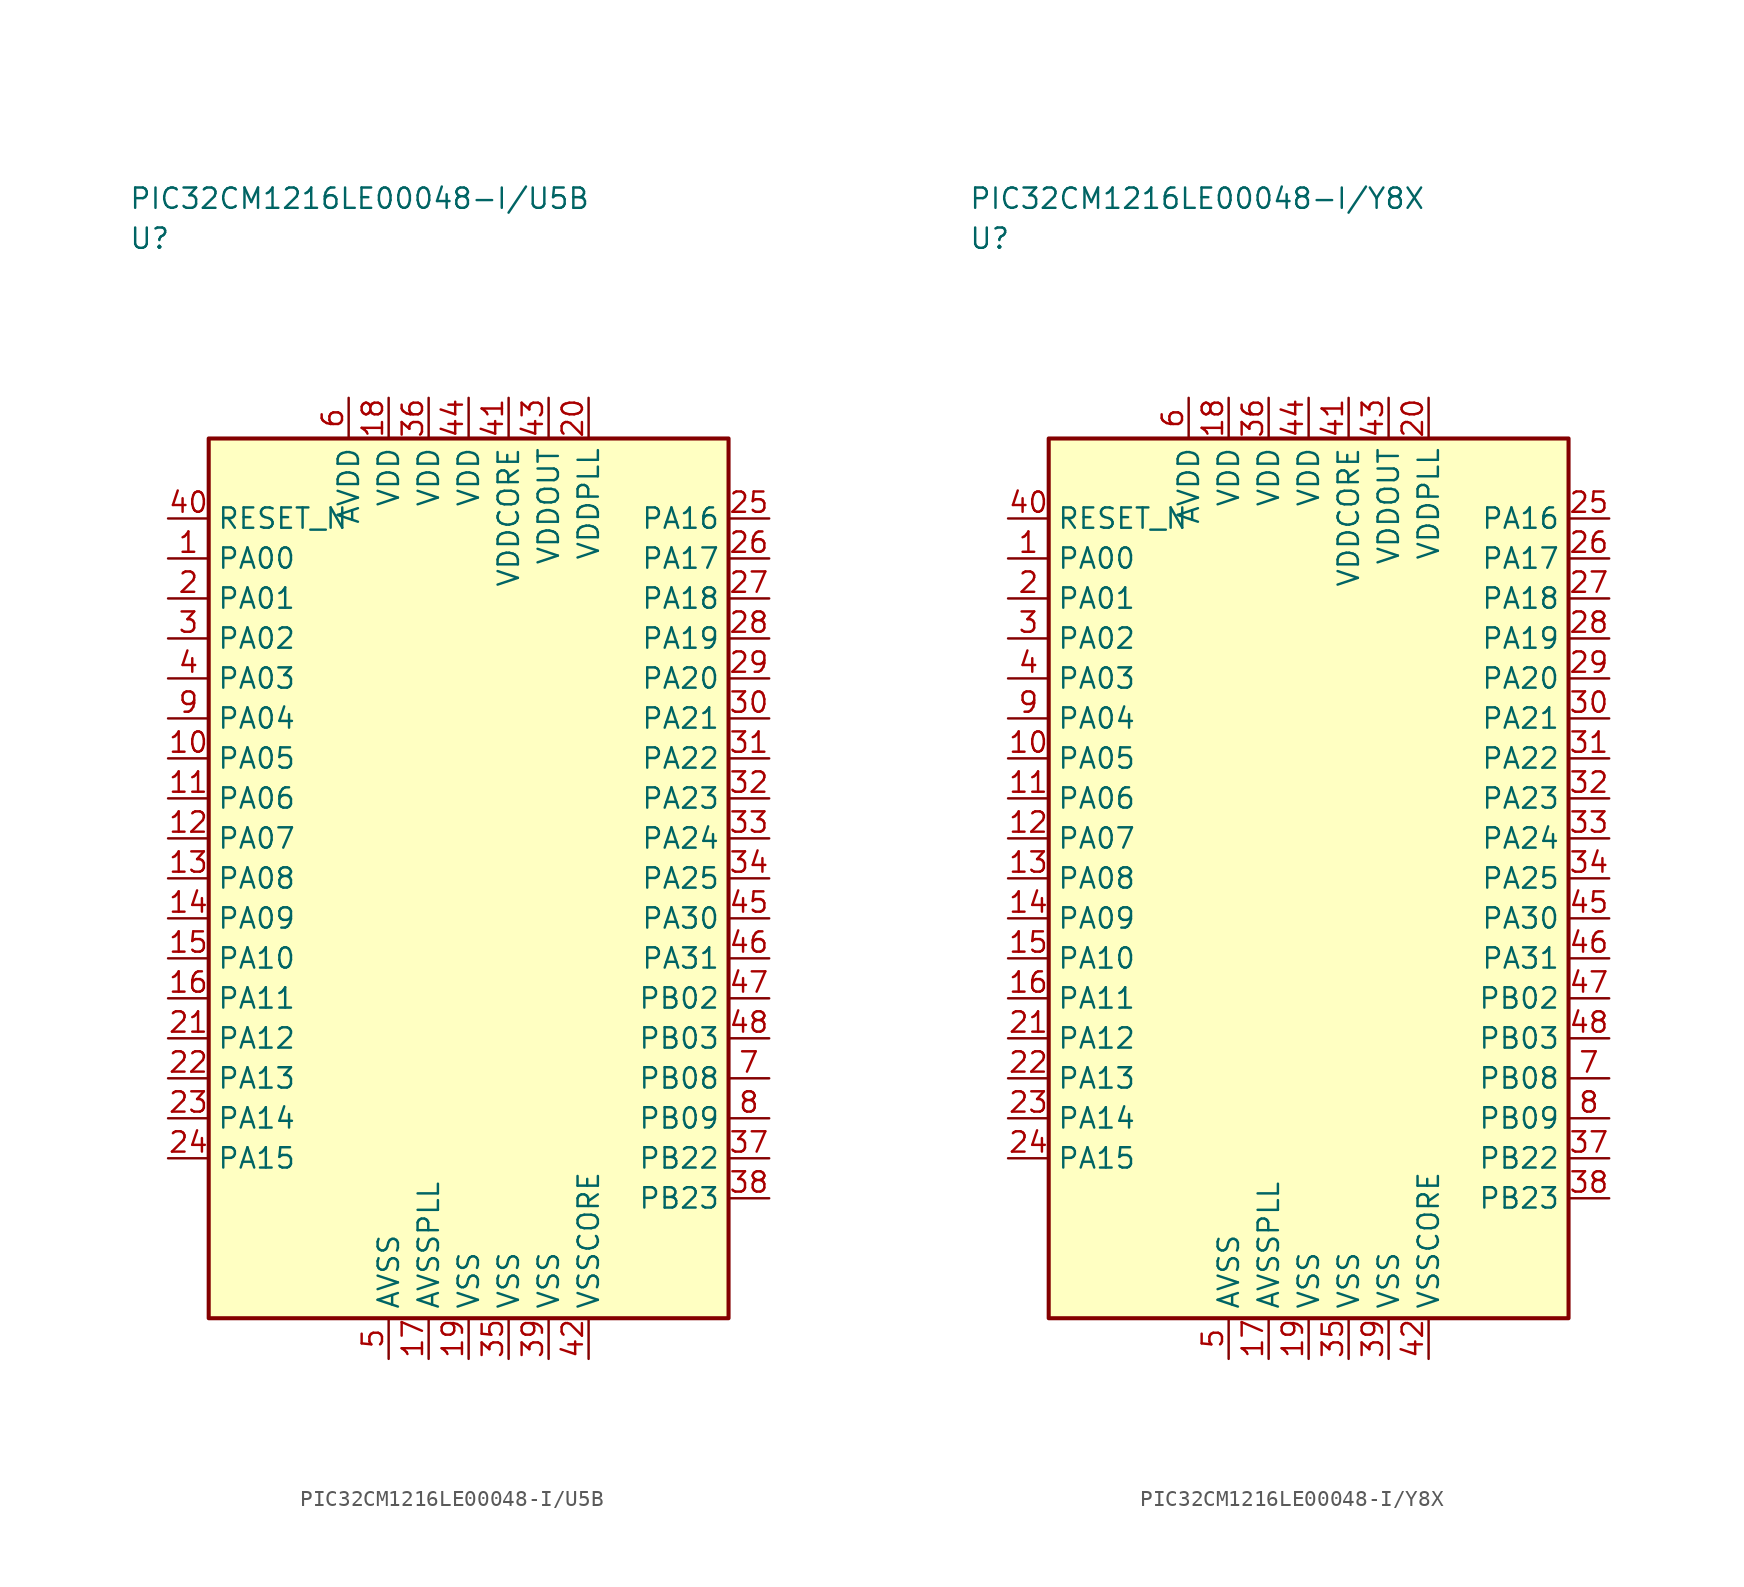
<source format=kicad_sym>
(kicad_symbol_lib
  (version 20241025)
  (generator "kicad_symbol_editor")
  (generator_version "8.0")
  (symbol "PIC32CM1216LE00048-I/U5B"
    (property "Reference" "U"
      (at -21.25 40.0 0)
      (effects (font (size 1.27 1.27)) (justify left)))
    (property "Value" "PIC32CM1216LE00048-I/U5B"
      (at -21.25 42.5 0)
      (effects (font (size 1.27 1.27)) (justify left)))
    (symbol "PIC32CM1216LE00048-I/U5B_0_1"
      (rectangle (start -16.25 27.5) (end 16.25 -27.5) (stroke (width 0.254) (type default)) (fill (type background))))
    (symbol "PIC32CM1216LE00048-I/U5B_1_1"
      (pin bidirectional line (at -18.79 20.0 0.0) (length 2.54) (name "PA00" (effects (font (size 1.27 1.27)))) (number "1" (effects (font (size 1.27 1.27)))))
      (pin bidirectional line (at -18.79 17.5 0.0) (length 2.54) (name "PA01" (effects (font (size 1.27 1.27)))) (number "2" (effects (font (size 1.27 1.27)))))
      (pin bidirectional line (at -18.79 15.0 0.0) (length 2.54) (name "PA02" (effects (font (size 1.27 1.27)))) (number "3" (effects (font (size 1.27 1.27)))))
      (pin bidirectional line (at -18.79 12.5 0.0) (length 2.54) (name "PA03" (effects (font (size 1.27 1.27)))) (number "4" (effects (font (size 1.27 1.27)))))
      (pin passive line (at -5.0 -30.04 90.0) (length 2.54) (name "AVSS" (effects (font (size 1.27 1.27)))) (number "5" (effects (font (size 1.27 1.27)))))
      (pin power_in line (at -7.5 30.04 270.0) (length 2.54) (name "AVDD" (effects (font (size 1.27 1.27)))) (number "6" (effects (font (size 1.27 1.27)))))
      (pin bidirectional line (at 18.79 -12.5 180.0) (length 2.54) (name "PB08" (effects (font (size 1.27 1.27)))) (number "7" (effects (font (size 1.27 1.27)))))
      (pin bidirectional line (at 18.79 -15.0 180.0) (length 2.54) (name "PB09" (effects (font (size 1.27 1.27)))) (number "8" (effects (font (size 1.27 1.27)))))
      (pin bidirectional line (at -18.79 10.0 0.0) (length 2.54) (name "PA04" (effects (font (size 1.27 1.27)))) (number "9" (effects (font (size 1.27 1.27)))))
      (pin bidirectional line (at -18.79 7.5 0.0) (length 2.54) (name "PA05" (effects (font (size 1.27 1.27)))) (number "10" (effects (font (size 1.27 1.27)))))
      (pin bidirectional line (at -18.79 5.0 0.0) (length 2.54) (name "PA06" (effects (font (size 1.27 1.27)))) (number "11" (effects (font (size 1.27 1.27)))))
      (pin bidirectional line (at -18.79 2.5 0.0) (length 2.54) (name "PA07" (effects (font (size 1.27 1.27)))) (number "12" (effects (font (size 1.27 1.27)))))
      (pin bidirectional line (at -18.79 0.0 0.0) (length 2.54) (name "PA08" (effects (font (size 1.27 1.27)))) (number "13" (effects (font (size 1.27 1.27)))))
      (pin bidirectional line (at -18.79 -2.5 0.0) (length 2.54) (name "PA09" (effects (font (size 1.27 1.27)))) (number "14" (effects (font (size 1.27 1.27)))))
      (pin bidirectional line (at -18.79 -5.0 0.0) (length 2.54) (name "PA10" (effects (font (size 1.27 1.27)))) (number "15" (effects (font (size 1.27 1.27)))))
      (pin bidirectional line (at -18.79 -7.5 0.0) (length 2.54) (name "PA11" (effects (font (size 1.27 1.27)))) (number "16" (effects (font (size 1.27 1.27)))))
      (pin passive line (at -2.5 -30.04 90.0) (length 2.54) (name "AVSSPLL" (effects (font (size 1.27 1.27)))) (number "17" (effects (font (size 1.27 1.27)))))
      (pin power_in line (at -5.0 30.04 270.0) (length 2.54) (name "VDD" (effects (font (size 1.27 1.27)))) (number "18" (effects (font (size 1.27 1.27)))))
      (pin passive line (at 0.0 -30.04 90.0) (length 2.54) (name "VSS" (effects (font (size 1.27 1.27)))) (number "19" (effects (font (size 1.27 1.27)))))
      (pin power_in line (at 7.5 30.04 270.0) (length 2.54) (name "VDDPLL" (effects (font (size 1.27 1.27)))) (number "20" (effects (font (size 1.27 1.27)))))
      (pin bidirectional line (at -18.79 -10.0 0.0) (length 2.54) (name "PA12" (effects (font (size 1.27 1.27)))) (number "21" (effects (font (size 1.27 1.27)))))
      (pin bidirectional line (at -18.79 -12.5 0.0) (length 2.54) (name "PA13" (effects (font (size 1.27 1.27)))) (number "22" (effects (font (size 1.27 1.27)))))
      (pin bidirectional line (at -18.79 -15.0 0.0) (length 2.54) (name "PA14" (effects (font (size 1.27 1.27)))) (number "23" (effects (font (size 1.27 1.27)))))
      (pin bidirectional line (at -18.79 -17.5 0.0) (length 2.54) (name "PA15" (effects (font (size 1.27 1.27)))) (number "24" (effects (font (size 1.27 1.27)))))
      (pin bidirectional line (at 18.79 22.5 180.0) (length 2.54) (name "PA16" (effects (font (size 1.27 1.27)))) (number "25" (effects (font (size 1.27 1.27)))))
      (pin bidirectional line (at 18.79 20.0 180.0) (length 2.54) (name "PA17" (effects (font (size 1.27 1.27)))) (number "26" (effects (font (size 1.27 1.27)))))
      (pin bidirectional line (at 18.79 17.5 180.0) (length 2.54) (name "PA18" (effects (font (size 1.27 1.27)))) (number "27" (effects (font (size 1.27 1.27)))))
      (pin bidirectional line (at 18.79 15.0 180.0) (length 2.54) (name "PA19" (effects (font (size 1.27 1.27)))) (number "28" (effects (font (size 1.27 1.27)))))
      (pin bidirectional line (at 18.79 12.5 180.0) (length 2.54) (name "PA20" (effects (font (size 1.27 1.27)))) (number "29" (effects (font (size 1.27 1.27)))))
      (pin bidirectional line (at 18.79 10.0 180.0) (length 2.54) (name "PA21" (effects (font (size 1.27 1.27)))) (number "30" (effects (font (size 1.27 1.27)))))
      (pin bidirectional line (at 18.79 7.5 180.0) (length 2.54) (name "PA22" (effects (font (size 1.27 1.27)))) (number "31" (effects (font (size 1.27 1.27)))))
      (pin bidirectional line (at 18.79 5.0 180.0) (length 2.54) (name "PA23" (effects (font (size 1.27 1.27)))) (number "32" (effects (font (size 1.27 1.27)))))
      (pin bidirectional line (at 18.79 2.5 180.0) (length 2.54) (name "PA24" (effects (font (size 1.27 1.27)))) (number "33" (effects (font (size 1.27 1.27)))))
      (pin bidirectional line (at 18.79 0.0 180.0) (length 2.54) (name "PA25" (effects (font (size 1.27 1.27)))) (number "34" (effects (font (size 1.27 1.27)))))
      (pin passive line (at 2.5 -30.04 90.0) (length 2.54) (name "VSS" (effects (font (size 1.27 1.27)))) (number "35" (effects (font (size 1.27 1.27)))))
      (pin power_in line (at -2.5 30.04 270.0) (length 2.54) (name "VDD" (effects (font (size 1.27 1.27)))) (number "36" (effects (font (size 1.27 1.27)))))
      (pin bidirectional line (at 18.79 -17.5 180.0) (length 2.54) (name "PB22" (effects (font (size 1.27 1.27)))) (number "37" (effects (font (size 1.27 1.27)))))
      (pin bidirectional line (at 18.79 -20.0 180.0) (length 2.54) (name "PB23" (effects (font (size 1.27 1.27)))) (number "38" (effects (font (size 1.27 1.27)))))
      (pin passive line (at 5.0 -30.04 90.0) (length 2.54) (name "VSS" (effects (font (size 1.27 1.27)))) (number "39" (effects (font (size 1.27 1.27)))))
      (pin input line (at -18.79 22.5 0.0) (length 2.54) (name "RESET_N" (effects (font (size 1.27 1.27)))) (number "40" (effects (font (size 1.27 1.27)))))
      (pin power_in line (at 2.5 30.04 270.0) (length 2.54) (name "VDDCORE" (effects (font (size 1.27 1.27)))) (number "41" (effects (font (size 1.27 1.27)))))
      (pin passive line (at 7.5 -30.04 90.0) (length 2.54) (name "VSSCORE" (effects (font (size 1.27 1.27)))) (number "42" (effects (font (size 1.27 1.27)))))
      (pin power_in line (at 5.0 30.04 270.0) (length 2.54) (name "VDDOUT" (effects (font (size 1.27 1.27)))) (number "43" (effects (font (size 1.27 1.27)))))
      (pin power_in line (at 0.0 30.04 270.0) (length 2.54) (name "VDD" (effects (font (size 1.27 1.27)))) (number "44" (effects (font (size 1.27 1.27)))))
      (pin bidirectional line (at 18.79 -2.5 180.0) (length 2.54) (name "PA30" (effects (font (size 1.27 1.27)))) (number "45" (effects (font (size 1.27 1.27)))))
      (pin bidirectional line (at 18.79 -5.0 180.0) (length 2.54) (name "PA31" (effects (font (size 1.27 1.27)))) (number "46" (effects (font (size 1.27 1.27)))))
      (pin bidirectional line (at 18.79 -7.5 180.0) (length 2.54) (name "PB02" (effects (font (size 1.27 1.27)))) (number "47" (effects (font (size 1.27 1.27)))))
      (pin bidirectional line (at 18.79 -10.0 180.0) (length 2.54) (name "PB03" (effects (font (size 1.27 1.27)))) (number "48" (effects (font (size 1.27 1.27)))))))
  (symbol "PIC32CM1216LE00048-I/Y8X"
    (property "Reference" "U"
      (at -21.25 40.0 0)
      (effects (font (size 1.27 1.27)) (justify left)))
    (property "Value" "PIC32CM1216LE00048-I/Y8X"
      (at -21.25 42.5 0)
      (effects (font (size 1.27 1.27)) (justify left)))
    (symbol "PIC32CM1216LE00048-I/Y8X_0_1"
      (rectangle (start -16.25 27.5) (end 16.25 -27.5) (stroke (width 0.254) (type default)) (fill (type background))))
    (symbol "PIC32CM1216LE00048-I/Y8X_1_1"
      (pin bidirectional line (at -18.79 20.0 0.0) (length 2.54) (name "PA00" (effects (font (size 1.27 1.27)))) (number "1" (effects (font (size 1.27 1.27)))))
      (pin bidirectional line (at -18.79 17.5 0.0) (length 2.54) (name "PA01" (effects (font (size 1.27 1.27)))) (number "2" (effects (font (size 1.27 1.27)))))
      (pin bidirectional line (at -18.79 15.0 0.0) (length 2.54) (name "PA02" (effects (font (size 1.27 1.27)))) (number "3" (effects (font (size 1.27 1.27)))))
      (pin bidirectional line (at -18.79 12.5 0.0) (length 2.54) (name "PA03" (effects (font (size 1.27 1.27)))) (number "4" (effects (font (size 1.27 1.27)))))
      (pin passive line (at -5.0 -30.04 90.0) (length 2.54) (name "AVSS" (effects (font (size 1.27 1.27)))) (number "5" (effects (font (size 1.27 1.27)))))
      (pin power_in line (at -7.5 30.04 270.0) (length 2.54) (name "AVDD" (effects (font (size 1.27 1.27)))) (number "6" (effects (font (size 1.27 1.27)))))
      (pin bidirectional line (at 18.79 -12.5 180.0) (length 2.54) (name "PB08" (effects (font (size 1.27 1.27)))) (number "7" (effects (font (size 1.27 1.27)))))
      (pin bidirectional line (at 18.79 -15.0 180.0) (length 2.54) (name "PB09" (effects (font (size 1.27 1.27)))) (number "8" (effects (font (size 1.27 1.27)))))
      (pin bidirectional line (at -18.79 10.0 0.0) (length 2.54) (name "PA04" (effects (font (size 1.27 1.27)))) (number "9" (effects (font (size 1.27 1.27)))))
      (pin bidirectional line (at -18.79 7.5 0.0) (length 2.54) (name "PA05" (effects (font (size 1.27 1.27)))) (number "10" (effects (font (size 1.27 1.27)))))
      (pin bidirectional line (at -18.79 5.0 0.0) (length 2.54) (name "PA06" (effects (font (size 1.27 1.27)))) (number "11" (effects (font (size 1.27 1.27)))))
      (pin bidirectional line (at -18.79 2.5 0.0) (length 2.54) (name "PA07" (effects (font (size 1.27 1.27)))) (number "12" (effects (font (size 1.27 1.27)))))
      (pin bidirectional line (at -18.79 0.0 0.0) (length 2.54) (name "PA08" (effects (font (size 1.27 1.27)))) (number "13" (effects (font (size 1.27 1.27)))))
      (pin bidirectional line (at -18.79 -2.5 0.0) (length 2.54) (name "PA09" (effects (font (size 1.27 1.27)))) (number "14" (effects (font (size 1.27 1.27)))))
      (pin bidirectional line (at -18.79 -5.0 0.0) (length 2.54) (name "PA10" (effects (font (size 1.27 1.27)))) (number "15" (effects (font (size 1.27 1.27)))))
      (pin bidirectional line (at -18.79 -7.5 0.0) (length 2.54) (name "PA11" (effects (font (size 1.27 1.27)))) (number "16" (effects (font (size 1.27 1.27)))))
      (pin passive line (at -2.5 -30.04 90.0) (length 2.54) (name "AVSSPLL" (effects (font (size 1.27 1.27)))) (number "17" (effects (font (size 1.27 1.27)))))
      (pin power_in line (at -5.0 30.04 270.0) (length 2.54) (name "VDD" (effects (font (size 1.27 1.27)))) (number "18" (effects (font (size 1.27 1.27)))))
      (pin passive line (at 0.0 -30.04 90.0) (length 2.54) (name "VSS" (effects (font (size 1.27 1.27)))) (number "19" (effects (font (size 1.27 1.27)))))
      (pin power_in line (at 7.5 30.04 270.0) (length 2.54) (name "VDDPLL" (effects (font (size 1.27 1.27)))) (number "20" (effects (font (size 1.27 1.27)))))
      (pin bidirectional line (at -18.79 -10.0 0.0) (length 2.54) (name "PA12" (effects (font (size 1.27 1.27)))) (number "21" (effects (font (size 1.27 1.27)))))
      (pin bidirectional line (at -18.79 -12.5 0.0) (length 2.54) (name "PA13" (effects (font (size 1.27 1.27)))) (number "22" (effects (font (size 1.27 1.27)))))
      (pin bidirectional line (at -18.79 -15.0 0.0) (length 2.54) (name "PA14" (effects (font (size 1.27 1.27)))) (number "23" (effects (font (size 1.27 1.27)))))
      (pin bidirectional line (at -18.79 -17.5 0.0) (length 2.54) (name "PA15" (effects (font (size 1.27 1.27)))) (number "24" (effects (font (size 1.27 1.27)))))
      (pin bidirectional line (at 18.79 22.5 180.0) (length 2.54) (name "PA16" (effects (font (size 1.27 1.27)))) (number "25" (effects (font (size 1.27 1.27)))))
      (pin bidirectional line (at 18.79 20.0 180.0) (length 2.54) (name "PA17" (effects (font (size 1.27 1.27)))) (number "26" (effects (font (size 1.27 1.27)))))
      (pin bidirectional line (at 18.79 17.5 180.0) (length 2.54) (name "PA18" (effects (font (size 1.27 1.27)))) (number "27" (effects (font (size 1.27 1.27)))))
      (pin bidirectional line (at 18.79 15.0 180.0) (length 2.54) (name "PA19" (effects (font (size 1.27 1.27)))) (number "28" (effects (font (size 1.27 1.27)))))
      (pin bidirectional line (at 18.79 12.5 180.0) (length 2.54) (name "PA20" (effects (font (size 1.27 1.27)))) (number "29" (effects (font (size 1.27 1.27)))))
      (pin bidirectional line (at 18.79 10.0 180.0) (length 2.54) (name "PA21" (effects (font (size 1.27 1.27)))) (number "30" (effects (font (size 1.27 1.27)))))
      (pin bidirectional line (at 18.79 7.5 180.0) (length 2.54) (name "PA22" (effects (font (size 1.27 1.27)))) (number "31" (effects (font (size 1.27 1.27)))))
      (pin bidirectional line (at 18.79 5.0 180.0) (length 2.54) (name "PA23" (effects (font (size 1.27 1.27)))) (number "32" (effects (font (size 1.27 1.27)))))
      (pin bidirectional line (at 18.79 2.5 180.0) (length 2.54) (name "PA24" (effects (font (size 1.27 1.27)))) (number "33" (effects (font (size 1.27 1.27)))))
      (pin bidirectional line (at 18.79 0.0 180.0) (length 2.54) (name "PA25" (effects (font (size 1.27 1.27)))) (number "34" (effects (font (size 1.27 1.27)))))
      (pin passive line (at 2.5 -30.04 90.0) (length 2.54) (name "VSS" (effects (font (size 1.27 1.27)))) (number "35" (effects (font (size 1.27 1.27)))))
      (pin power_in line (at -2.5 30.04 270.0) (length 2.54) (name "VDD" (effects (font (size 1.27 1.27)))) (number "36" (effects (font (size 1.27 1.27)))))
      (pin bidirectional line (at 18.79 -17.5 180.0) (length 2.54) (name "PB22" (effects (font (size 1.27 1.27)))) (number "37" (effects (font (size 1.27 1.27)))))
      (pin bidirectional line (at 18.79 -20.0 180.0) (length 2.54) (name "PB23" (effects (font (size 1.27 1.27)))) (number "38" (effects (font (size 1.27 1.27)))))
      (pin passive line (at 5.0 -30.04 90.0) (length 2.54) (name "VSS" (effects (font (size 1.27 1.27)))) (number "39" (effects (font (size 1.27 1.27)))))
      (pin input line (at -18.79 22.5 0.0) (length 2.54) (name "RESET_N" (effects (font (size 1.27 1.27)))) (number "40" (effects (font (size 1.27 1.27)))))
      (pin power_in line (at 2.5 30.04 270.0) (length 2.54) (name "VDDCORE" (effects (font (size 1.27 1.27)))) (number "41" (effects (font (size 1.27 1.27)))))
      (pin passive line (at 7.5 -30.04 90.0) (length 2.54) (name "VSSCORE" (effects (font (size 1.27 1.27)))) (number "42" (effects (font (size 1.27 1.27)))))
      (pin power_in line (at 5.0 30.04 270.0) (length 2.54) (name "VDDOUT" (effects (font (size 1.27 1.27)))) (number "43" (effects (font (size 1.27 1.27)))))
      (pin power_in line (at 0.0 30.04 270.0) (length 2.54) (name "VDD" (effects (font (size 1.27 1.27)))) (number "44" (effects (font (size 1.27 1.27)))))
      (pin bidirectional line (at 18.79 -2.5 180.0) (length 2.54) (name "PA30" (effects (font (size 1.27 1.27)))) (number "45" (effects (font (size 1.27 1.27)))))
      (pin bidirectional line (at 18.79 -5.0 180.0) (length 2.54) (name "PA31" (effects (font (size 1.27 1.27)))) (number "46" (effects (font (size 1.27 1.27)))))
      (pin bidirectional line (at 18.79 -7.5 180.0) (length 2.54) (name "PB02" (effects (font (size 1.27 1.27)))) (number "47" (effects (font (size 1.27 1.27)))))
      (pin bidirectional line (at 18.79 -10.0 180.0) (length 2.54) (name "PB03" (effects (font (size 1.27 1.27)))) (number "48" (effects (font (size 1.27 1.27))))))))
</source>
